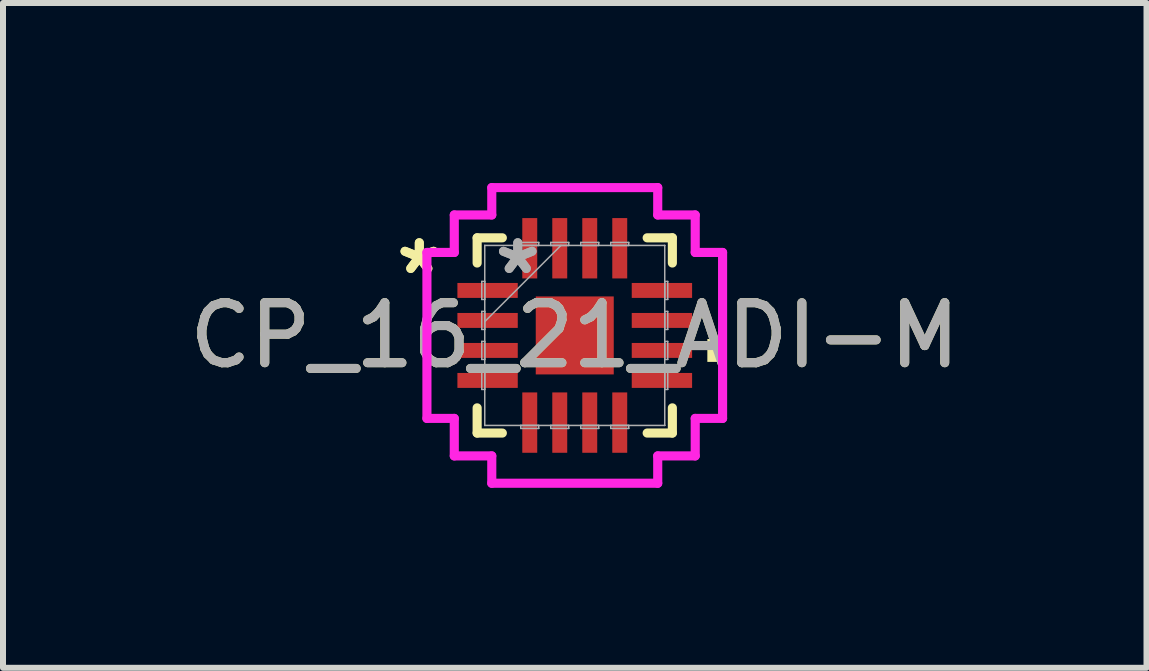
<source format=kicad_pcb>
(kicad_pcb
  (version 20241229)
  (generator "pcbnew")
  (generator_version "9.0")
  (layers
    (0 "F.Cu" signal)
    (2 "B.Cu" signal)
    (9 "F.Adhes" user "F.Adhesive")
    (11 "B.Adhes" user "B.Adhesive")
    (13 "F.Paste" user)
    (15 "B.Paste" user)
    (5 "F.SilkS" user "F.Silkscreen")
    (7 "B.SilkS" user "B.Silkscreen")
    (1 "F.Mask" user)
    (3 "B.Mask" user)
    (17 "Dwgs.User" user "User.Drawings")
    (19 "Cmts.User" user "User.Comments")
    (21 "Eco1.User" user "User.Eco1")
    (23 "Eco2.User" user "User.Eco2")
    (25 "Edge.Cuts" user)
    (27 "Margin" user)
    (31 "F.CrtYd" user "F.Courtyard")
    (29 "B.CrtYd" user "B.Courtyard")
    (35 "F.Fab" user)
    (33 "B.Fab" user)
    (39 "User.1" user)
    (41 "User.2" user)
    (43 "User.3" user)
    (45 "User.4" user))
  (footprint "CP_16_21_ADI-M"
    (layer "F.Cu")
    (at 6.53 2.541)
    (property "Reference" "CP_16_21_ADI-M" (at 0 0 0) (unlocked yes) (layer "F.SilkS") (effects (font (size 1 1) (thickness 0.15))))
    (attr smd)
    (fp_line (start -1.627 -1.627) (end -1.627 -1.207) (stroke (width 0.152) (type solid)) (layer "F.SilkS"))
    (fp_line (start -1.627 1.207) (end -1.627 1.627) (stroke (width 0.152) (type solid)) (layer "F.SilkS"))
    (fp_line (start -1.627 1.627) (end -1.207 1.627) (stroke (width 0.152) (type solid)) (layer "F.SilkS"))
    (fp_line (start -1.207 -1.627) (end -1.627 -1.627) (stroke (width 0.152) (type solid)) (layer "F.SilkS"))
    (fp_line (start 1.207 1.627) (end 1.627 1.627) (stroke (width 0.152) (type solid)) (layer "F.SilkS"))
    (fp_line (start 1.627 -1.627) (end 1.207 -1.627) (stroke (width 0.152) (type solid)) (layer "F.SilkS"))
    (fp_line (start 1.627 -1.207) (end 1.627 -1.627) (stroke (width 0.152) (type solid)) (layer "F.SilkS"))
    (fp_line (start 1.627 1.627) (end 1.627 1.207) (stroke (width 0.152) (type solid)) (layer "F.SilkS"))
    (fp_poly (pts (xy 2.464 0.059) (xy 2.464 0.441) (xy 2.21 0.441) (xy 2.21 0.059)) (stroke (width 0) (type solid)) (fill yes) (layer "F.SilkS"))
    (fp_line (start -2.464 -1.383) (end -2.008 -1.383) (stroke (width 0.152) (type solid)) (layer "F.CrtYd"))
    (fp_line (start -2.464 1.383) (end -2.464 -1.383) (stroke (width 0.152) (type solid)) (layer "F.CrtYd"))
    (fp_line (start -2.008 -2.008) (end -1.383 -2.008) (stroke (width 0.152) (type solid)) (layer "F.CrtYd"))
    (fp_line (start -2.008 -1.383) (end -2.008 -2.008) (stroke (width 0.152) (type solid)) (layer "F.CrtYd"))
    (fp_line (start -2.008 1.383) (end -2.464 1.383) (stroke (width 0.152) (type solid)) (layer "F.CrtYd"))
    (fp_line (start -2.008 2.008) (end -2.008 1.383) (stroke (width 0.152) (type solid)) (layer "F.CrtYd"))
    (fp_line (start -1.383 -2.464) (end 1.383 -2.464) (stroke (width 0.152) (type solid)) (layer "F.CrtYd"))
    (fp_line (start -1.383 -2.008) (end -1.383 -2.464) (stroke (width 0.152) (type solid)) (layer "F.CrtYd"))
    (fp_line (start -1.383 2.008) (end -2.008 2.008) (stroke (width 0.152) (type solid)) (layer "F.CrtYd"))
    (fp_line (start -1.383 2.464) (end -1.383 2.008) (stroke (width 0.152) (type solid)) (layer "F.CrtYd"))
    (fp_line (start 1.383 -2.464) (end 1.383 -2.008) (stroke (width 0.152) (type solid)) (layer "F.CrtYd"))
    (fp_line (start 1.383 -2.008) (end 2.008 -2.008) (stroke (width 0.152) (type solid)) (layer "F.CrtYd"))
    (fp_line (start 1.383 2.008) (end 1.383 2.464) (stroke (width 0.152) (type solid)) (layer "F.CrtYd"))
    (fp_line (start 1.383 2.464) (end -1.383 2.464) (stroke (width 0.152) (type solid)) (layer "F.CrtYd"))
    (fp_line (start 2.008 -2.008) (end 2.008 -1.383) (stroke (width 0.152) (type solid)) (layer "F.CrtYd"))
    (fp_line (start 2.008 -1.383) (end 2.464 -1.383) (stroke (width 0.152) (type solid)) (layer "F.CrtYd"))
    (fp_line (start 2.008 1.383) (end 2.008 2.008) (stroke (width 0.152) (type solid)) (layer "F.CrtYd"))
    (fp_line (start 2.008 2.008) (end 1.383 2.008) (stroke (width 0.152) (type solid)) (layer "F.CrtYd"))
    (fp_line (start 2.464 -1.383) (end 2.464 1.383) (stroke (width 0.152) (type solid)) (layer "F.CrtYd"))
    (fp_line (start 2.464 1.383) (end 2.008 1.383) (stroke (width 0.152) (type solid)) (layer "F.CrtYd"))
    (fp_line (start -1.55 -0.9) (end -1.55 -0.6) (stroke (width 0.025) (type solid)) (layer "F.Fab"))
    (fp_line (start -1.55 -0.6) (end -1.5 -0.6) (stroke (width 0.025) (type solid)) (layer "F.Fab"))
    (fp_line (start -1.55 -0.4) (end -1.55 -0.1) (stroke (width 0.025) (type solid)) (layer "F.Fab"))
    (fp_line (start -1.55 -0.1) (end -1.5 -0.1) (stroke (width 0.025) (type solid)) (layer "F.Fab"))
    (fp_line (start -1.55 0.1) (end -1.55 0.4) (stroke (width 0.025) (type solid)) (layer "F.Fab"))
    (fp_line (start -1.55 0.4) (end -1.5 0.4) (stroke (width 0.025) (type solid)) (layer "F.Fab"))
    (fp_line (start -1.55 0.6) (end -1.55 0.9) (stroke (width 0.025) (type solid)) (layer "F.Fab"))
    (fp_line (start -1.55 0.9) (end -1.5 0.9) (stroke (width 0.025) (type solid)) (layer "F.Fab"))
    (fp_line (start -1.5 -1.5) (end -1.5 -1.5) (stroke (width 0.025) (type solid)) (layer "F.Fab"))
    (fp_line (start -1.5 -1.5) (end -1.5 1.5) (stroke (width 0.025) (type solid)) (layer "F.Fab"))
    (fp_line (start -1.5 -0.9) (end -1.55 -0.9) (stroke (width 0.025) (type solid)) (layer "F.Fab"))
    (fp_line (start -1.5 -0.6) (end -1.5 -0.9) (stroke (width 0.025) (type solid)) (layer "F.Fab"))
    (fp_line (start -1.5 -0.4) (end -1.55 -0.4) (stroke (width 0.025) (type solid)) (layer "F.Fab"))
    (fp_line (start -1.5 -0.23) (end -0.23 -1.5) (stroke (width 0.025) (type solid)) (layer "F.Fab"))
    (fp_line (start -1.5 -0.1) (end -1.5 -0.4) (stroke (width 0.025) (type solid)) (layer "F.Fab"))
    (fp_line (start -1.5 0.1) (end -1.55 0.1) (stroke (width 0.025) (type solid)) (layer "F.Fab"))
    (fp_line (start -1.5 0.4) (end -1.5 0.1) (stroke (width 0.025) (type solid)) (layer "F.Fab"))
    (fp_line (start -1.5 0.6) (end -1.55 0.6) (stroke (width 0.025) (type solid)) (layer "F.Fab"))
    (fp_line (start -1.5 0.9) (end -1.5 0.6) (stroke (width 0.025) (type solid)) (layer "F.Fab"))
    (fp_line (start -1.5 1.5) (end -1.5 1.5) (stroke (width 0.025) (type solid)) (layer "F.Fab"))
    (fp_line (start -1.5 1.5) (end 1.5 1.5) (stroke (width 0.025) (type solid)) (layer "F.Fab"))
    (fp_line (start -0.9 -1.55) (end -0.9 -1.5) (stroke (width 0.025) (type solid)) (layer "F.Fab"))
    (fp_line (start -0.9 -1.5) (end -0.6 -1.5) (stroke (width 0.025) (type solid)) (layer "F.Fab"))
    (fp_line (start -0.9 1.5) (end -0.9 1.55) (stroke (width 0.025) (type solid)) (layer "F.Fab"))
    (fp_line (start -0.9 1.55) (end -0.6 1.55) (stroke (width 0.025) (type solid)) (layer "F.Fab"))
    (fp_line (start -0.6 -1.55) (end -0.9 -1.55) (stroke (width 0.025) (type solid)) (layer "F.Fab"))
    (fp_line (start -0.6 -1.5) (end -0.6 -1.55) (stroke (width 0.025) (type solid)) (layer "F.Fab"))
    (fp_line (start -0.6 1.5) (end -0.9 1.5) (stroke (width 0.025) (type solid)) (layer "F.Fab"))
    (fp_line (start -0.6 1.55) (end -0.6 1.5) (stroke (width 0.025) (type solid)) (layer "F.Fab"))
    (fp_line (start -0.4 -1.55) (end -0.4 -1.5) (stroke (width 0.025) (type solid)) (layer "F.Fab"))
    (fp_line (start -0.4 -1.5) (end -0.1 -1.5) (stroke (width 0.025) (type solid)) (layer "F.Fab"))
    (fp_line (start -0.4 1.5) (end -0.4 1.55) (stroke (width 0.025) (type solid)) (layer "F.Fab"))
    (fp_line (start -0.4 1.55) (end -0.1 1.55) (stroke (width 0.025) (type solid)) (layer "F.Fab"))
    (fp_line (start -0.1 -1.55) (end -0.4 -1.55) (stroke (width 0.025) (type solid)) (layer "F.Fab"))
    (fp_line (start -0.1 -1.5) (end -0.1 -1.55) (stroke (width 0.025) (type solid)) (layer "F.Fab"))
    (fp_line (start -0.1 1.5) (end -0.4 1.5) (stroke (width 0.025) (type solid)) (layer "F.Fab"))
    (fp_line (start -0.1 1.55) (end -0.1 1.5) (stroke (width 0.025) (type solid)) (layer "F.Fab"))
    (fp_line (start 0.1 -1.55) (end 0.1 -1.5) (stroke (width 0.025) (type solid)) (layer "F.Fab"))
    (fp_line (start 0.1 -1.5) (end 0.4 -1.5) (stroke (width 0.025) (type solid)) (layer "F.Fab"))
    (fp_line (start 0.1 1.5) (end 0.1 1.55) (stroke (width 0.025) (type solid)) (layer "F.Fab"))
    (fp_line (start 0.1 1.55) (end 0.4 1.55) (stroke (width 0.025) (type solid)) (layer "F.Fab"))
    (fp_line (start 0.4 -1.55) (end 0.1 -1.55) (stroke (width 0.025) (type solid)) (layer "F.Fab"))
    (fp_line (start 0.4 -1.5) (end 0.4 -1.55) (stroke (width 0.025) (type solid)) (layer "F.Fab"))
    (fp_line (start 0.4 1.5) (end 0.1 1.5) (stroke (width 0.025) (type solid)) (layer "F.Fab"))
    (fp_line (start 0.4 1.55) (end 0.4 1.5) (stroke (width 0.025) (type solid)) (layer "F.Fab"))
    (fp_line (start 0.6 -1.55) (end 0.6 -1.5) (stroke (width 0.025) (type solid)) (layer "F.Fab"))
    (fp_line (start 0.6 -1.5) (end 0.9 -1.5) (stroke (width 0.025) (type solid)) (layer "F.Fab"))
    (fp_line (start 0.6 1.5) (end 0.6 1.55) (stroke (width 0.025) (type solid)) (layer "F.Fab"))
    (fp_line (start 0.6 1.55) (end 0.9 1.55) (stroke (width 0.025) (type solid)) (layer "F.Fab"))
    (fp_line (start 0.9 -1.55) (end 0.6 -1.55) (stroke (width 0.025) (type solid)) (layer "F.Fab"))
    (fp_line (start 0.9 -1.5) (end 0.9 -1.55) (stroke (width 0.025) (type solid)) (layer "F.Fab"))
    (fp_line (start 0.9 1.5) (end 0.6 1.5) (stroke (width 0.025) (type solid)) (layer "F.Fab"))
    (fp_line (start 0.9 1.55) (end 0.9 1.5) (stroke (width 0.025) (type solid)) (layer "F.Fab"))
    (fp_line (start 1.5 -1.5) (end -1.5 -1.5) (stroke (width 0.025) (type solid)) (layer "F.Fab"))
    (fp_line (start 1.5 -1.5) (end 1.5 -1.5) (stroke (width 0.025) (type solid)) (layer "F.Fab"))
    (fp_line (start 1.5 -0.9) (end 1.5 -0.6) (stroke (width 0.025) (type solid)) (layer "F.Fab"))
    (fp_line (start 1.5 -0.6) (end 1.55 -0.6) (stroke (width 0.025) (type solid)) (layer "F.Fab"))
    (fp_line (start 1.5 -0.4) (end 1.5 -0.1) (stroke (width 0.025) (type solid)) (layer "F.Fab"))
    (fp_line (start 1.5 -0.1) (end 1.55 -0.1) (stroke (width 0.025) (type solid)) (layer "F.Fab"))
    (fp_line (start 1.5 0.1) (end 1.5 0.4) (stroke (width 0.025) (type solid)) (layer "F.Fab"))
    (fp_line (start 1.5 0.4) (end 1.55 0.4) (stroke (width 0.025) (type solid)) (layer "F.Fab"))
    (fp_line (start 1.5 0.6) (end 1.5 0.9) (stroke (width 0.025) (type solid)) (layer "F.Fab"))
    (fp_line (start 1.5 0.9) (end 1.55 0.9) (stroke (width 0.025) (type solid)) (layer "F.Fab"))
    (fp_line (start 1.5 1.5) (end 1.5 -1.5) (stroke (width 0.025) (type solid)) (layer "F.Fab"))
    (fp_line (start 1.5 1.5) (end 1.5 1.5) (stroke (width 0.025) (type solid)) (layer "F.Fab"))
    (fp_line (start 1.55 -0.9) (end 1.5 -0.9) (stroke (width 0.025) (type solid)) (layer "F.Fab"))
    (fp_line (start 1.55 -0.6) (end 1.55 -0.9) (stroke (width 0.025) (type solid)) (layer "F.Fab"))
    (fp_line (start 1.55 -0.4) (end 1.5 -0.4) (stroke (width 0.025) (type solid)) (layer "F.Fab"))
    (fp_line (start 1.55 -0.1) (end 1.55 -0.4) (stroke (width 0.025) (type solid)) (layer "F.Fab"))
    (fp_line (start 1.55 0.1) (end 1.5 0.1) (stroke (width 0.025) (type solid)) (layer "F.Fab"))
    (fp_line (start 1.55 0.4) (end 1.55 0.1) (stroke (width 0.025) (type solid)) (layer "F.Fab"))
    (fp_line (start 1.55 0.6) (end 1.5 0.6) (stroke (width 0.025) (type solid)) (layer "F.Fab"))
    (fp_line (start 1.55 0.9) (end 1.55 0.6) (stroke (width 0.025) (type solid)) (layer "F.Fab"))
    (fp_text user "*" (at -2.591 -1 0) (unlocked yes) (layer "F.SilkS") (effects (font (size 1 1) (thickness 0.15))))
    (fp_text user "*" (at -2.591 -1 0) (layer "F.SilkS") (effects (font (size 1 1) (thickness 0.15))))
    (fp_text user "*" (at -0.95 -1 0) (unlocked yes) (layer "F.Fab") (effects (font (size 1 1) (thickness 0.15))))
    (fp_text user "${REFERENCE}" (at 0 0 0) (unlocked yes) (layer "F.Fab") (effects (font (size 1 1) (thickness 0.15))))
    (fp_text user "*" (at -0.95 -1 0) (layer "F.Fab") (effects (font (size 1 1) (thickness 0.15))))
    (pad "1" smd rect (at -1.453 -0.75 90) (size 0.249 1.006) (layers "F.Cu" "F.Mask" "F.Paste"))
    (pad "2" smd rect (at -1.453 -0.25 90) (size 0.249 1.006) (layers "F.Cu" "F.Mask" "F.Paste"))
    (pad "3" smd rect (at -1.453 0.25 90) (size 0.249 1.006) (layers "F.Cu" "F.Mask" "F.Paste"))
    (pad "4" smd rect (at -1.453 0.75 90) (size 0.249 1.006) (layers "F.Cu" "F.Mask" "F.Paste"))
    (pad "5" smd rect (at -0.75 1.453) (size 0.249 1.006) (layers "F.Cu" "F.Mask" "F.Paste"))
    (pad "6" smd rect (at -0.25 1.453) (size 0.249 1.006) (layers "F.Cu" "F.Mask" "F.Paste"))
    (pad "7" smd rect (at 0.25 1.453) (size 0.249 1.006) (layers "F.Cu" "F.Mask" "F.Paste"))
    (pad "8" smd rect (at 0.75 1.453) (size 0.249 1.006) (layers "F.Cu" "F.Mask" "F.Paste"))
    (pad "9" smd rect (at 1.453 0.75 90) (size 0.249 1.006) (layers "F.Cu" "F.Mask" "F.Paste"))
    (pad "10" smd rect (at 1.453 0.25 90) (size 0.249 1.006) (layers "F.Cu" "F.Mask" "F.Paste"))
    (pad "11" smd rect (at 1.453 -0.25 90) (size 0.249 1.006) (layers "F.Cu" "F.Mask" "F.Paste"))
    (pad "12" smd rect (at 1.453 -0.75 90) (size 0.249 1.006) (layers "F.Cu" "F.Mask" "F.Paste"))
    (pad "13" smd rect (at 0.75 -1.453) (size 0.249 1.006) (layers "F.Cu" "F.Mask" "F.Paste"))
    (pad "14" smd rect (at 0.25 -1.453) (size 0.249 1.006) (layers "F.Cu" "F.Mask" "F.Paste"))
    (pad "15" smd rect (at -0.25 -1.453) (size 0.249 1.006) (layers "F.Cu" "F.Mask" "F.Paste"))
    (pad "16" smd rect (at -0.75 -1.453) (size 0.249 1.006) (layers "F.Cu" "F.Mask" "F.Paste"))
    (pad "17" smd rect (at 0 0) (size 1.3 1.3) (layers "F.Cu" "F.Mask" "F.Paste")))
  (gr_rect
    (start -3 -3)
    (end 16.06 8.081)
    (stroke (width 0.1) (type default))
    (fill no)
    (layer "Edge.Cuts")))
</source>
